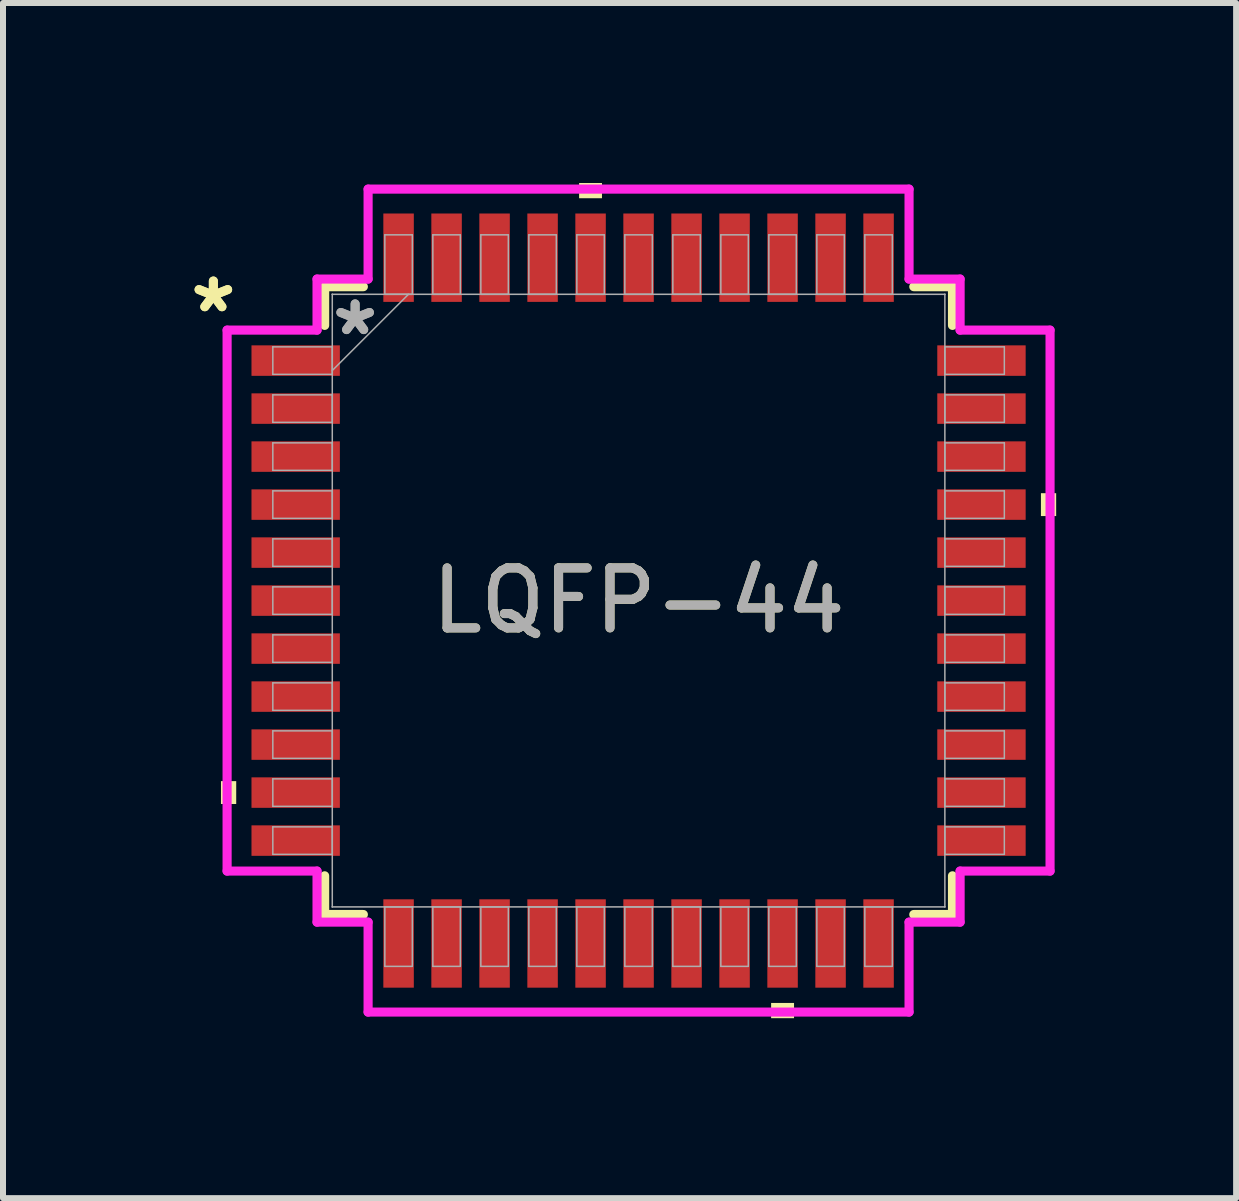
<source format=kicad_pcb>
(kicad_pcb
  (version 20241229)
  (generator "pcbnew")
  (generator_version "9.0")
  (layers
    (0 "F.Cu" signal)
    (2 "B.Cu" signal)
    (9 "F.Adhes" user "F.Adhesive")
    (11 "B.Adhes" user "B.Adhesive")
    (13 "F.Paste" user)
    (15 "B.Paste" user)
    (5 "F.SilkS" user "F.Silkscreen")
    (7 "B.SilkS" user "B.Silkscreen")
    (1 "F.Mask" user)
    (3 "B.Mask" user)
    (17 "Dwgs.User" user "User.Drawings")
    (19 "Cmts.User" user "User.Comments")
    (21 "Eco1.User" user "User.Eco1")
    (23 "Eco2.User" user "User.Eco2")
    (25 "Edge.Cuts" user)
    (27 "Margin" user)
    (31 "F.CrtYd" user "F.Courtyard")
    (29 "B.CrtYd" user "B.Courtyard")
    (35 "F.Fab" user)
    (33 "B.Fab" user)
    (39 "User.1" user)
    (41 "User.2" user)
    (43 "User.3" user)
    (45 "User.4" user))
  (footprint "LQFP-44"
    (layer "F.Cu")
    (at 7.593 6.96)
    (property "Reference" "LQFP-44" (at 0 0 0) (unlocked yes) (layer "F.SilkS") (effects (font (size 1 1) (thickness 0.15))))
    (attr smd)
    (fp_line (start -5.232 -5.232) (end -5.232 -4.587) (stroke (width 0.152) (type solid)) (layer "F.SilkS"))
    (fp_line (start -5.232 4.587) (end -5.232 5.232) (stroke (width 0.152) (type solid)) (layer "F.SilkS"))
    (fp_line (start -5.232 5.232) (end -4.587 5.232) (stroke (width 0.152) (type solid)) (layer "F.SilkS"))
    (fp_line (start -4.587 -5.232) (end -5.232 -5.232) (stroke (width 0.152) (type solid)) (layer "F.SilkS"))
    (fp_line (start 4.587 5.232) (end 5.232 5.232) (stroke (width 0.152) (type solid)) (layer "F.SilkS"))
    (fp_line (start 5.232 -5.232) (end 4.587 -5.232) (stroke (width 0.152) (type solid)) (layer "F.SilkS"))
    (fp_line (start 5.232 -4.587) (end 5.232 -5.232) (stroke (width 0.152) (type solid)) (layer "F.SilkS"))
    (fp_line (start 5.232 5.232) (end 5.232 4.587) (stroke (width 0.152) (type solid)) (layer "F.SilkS"))
    (fp_poly (pts (xy -6.96 3.009) (xy -6.96 3.39) (xy -6.706 3.39) (xy -6.706 3.009)) (stroke (width 0) (type solid)) (fill yes) (layer "F.SilkS"))
    (fp_poly (pts (xy -0.991 -6.706) (xy -0.991 -6.96) (xy -0.61 -6.96) (xy -0.61 -6.706)) (stroke (width 0) (type solid)) (fill yes) (layer "F.SilkS"))
    (fp_poly (pts (xy 2.209 6.706) (xy 2.209 6.96) (xy 2.591 6.96) (xy 2.591 6.706)) (stroke (width 0) (type solid)) (fill yes) (layer "F.SilkS"))
    (fp_poly (pts (xy 6.96 -1.79) (xy 6.96 -1.409) (xy 6.706 -1.409) (xy 6.706 -1.79)) (stroke (width 0) (type solid)) (fill yes) (layer "F.SilkS"))
    (fp_line (start -6.858 -4.508) (end -5.359 -4.508) (stroke (width 0.152) (type solid)) (layer "F.CrtYd"))
    (fp_line (start -6.858 4.508) (end -6.858 -4.508) (stroke (width 0.152) (type solid)) (layer "F.CrtYd"))
    (fp_line (start -5.359 -5.359) (end -4.508 -5.359) (stroke (width 0.152) (type solid)) (layer "F.CrtYd"))
    (fp_line (start -5.359 -4.508) (end -5.359 -5.359) (stroke (width 0.152) (type solid)) (layer "F.CrtYd"))
    (fp_line (start -5.359 4.508) (end -6.858 4.508) (stroke (width 0.152) (type solid)) (layer "F.CrtYd"))
    (fp_line (start -5.359 5.359) (end -5.359 4.508) (stroke (width 0.152) (type solid)) (layer "F.CrtYd"))
    (fp_line (start -4.508 -6.858) (end 4.508 -6.858) (stroke (width 0.152) (type solid)) (layer "F.CrtYd"))
    (fp_line (start -4.508 -5.359) (end -4.508 -6.858) (stroke (width 0.152) (type solid)) (layer "F.CrtYd"))
    (fp_line (start -4.508 5.359) (end -5.359 5.359) (stroke (width 0.152) (type solid)) (layer "F.CrtYd"))
    (fp_line (start -4.508 6.858) (end -4.508 5.359) (stroke (width 0.152) (type solid)) (layer "F.CrtYd"))
    (fp_line (start 4.508 -6.858) (end 4.508 -5.359) (stroke (width 0.152) (type solid)) (layer "F.CrtYd"))
    (fp_line (start 4.508 -5.359) (end 5.359 -5.359) (stroke (width 0.152) (type solid)) (layer "F.CrtYd"))
    (fp_line (start 4.508 5.359) (end 4.508 6.858) (stroke (width 0.152) (type solid)) (layer "F.CrtYd"))
    (fp_line (start 4.508 6.858) (end -4.508 6.858) (stroke (width 0.152) (type solid)) (layer "F.CrtYd"))
    (fp_line (start 5.359 -4.508) (end 5.359 -5.359) (stroke (width 0.152) (type solid)) (layer "F.CrtYd"))
    (fp_line (start 5.359 4.508) (end 6.858 4.508) (stroke (width 0.152) (type solid)) (layer "F.CrtYd"))
    (fp_line (start 5.359 5.359) (end 4.508 5.359) (stroke (width 0.152) (type solid)) (layer "F.CrtYd"))
    (fp_line (start 5.359 5.359) (end 5.359 4.508) (stroke (width 0.152) (type solid)) (layer "F.CrtYd"))
    (fp_line (start 6.858 -4.508) (end 5.359 -4.508) (stroke (width 0.152) (type solid)) (layer "F.CrtYd"))
    (fp_line (start 6.858 4.508) (end 6.858 -4.508) (stroke (width 0.152) (type solid)) (layer "F.CrtYd"))
    (fp_line (start -6.096 -4.229) (end -6.096 -3.771) (stroke (width 0.025) (type solid)) (layer "F.Fab"))
    (fp_line (start -6.096 -3.771) (end -5.105 -3.771) (stroke (width 0.025) (type solid)) (layer "F.Fab"))
    (fp_line (start -6.096 -3.429) (end -6.096 -2.971) (stroke (width 0.025) (type solid)) (layer "F.Fab"))
    (fp_line (start -6.096 -2.971) (end -5.105 -2.971) (stroke (width 0.025) (type solid)) (layer "F.Fab"))
    (fp_line (start -6.096 -2.629) (end -6.096 -2.171) (stroke (width 0.025) (type solid)) (layer "F.Fab"))
    (fp_line (start -6.096 -2.171) (end -5.105 -2.171) (stroke (width 0.025) (type solid)) (layer "F.Fab"))
    (fp_line (start -6.096 -1.829) (end -6.096 -1.371) (stroke (width 0.025) (type solid)) (layer "F.Fab"))
    (fp_line (start -6.096 -1.371) (end -5.105 -1.371) (stroke (width 0.025) (type solid)) (layer "F.Fab"))
    (fp_line (start -6.096 -1.029) (end -6.096 -0.571) (stroke (width 0.025) (type solid)) (layer "F.Fab"))
    (fp_line (start -6.096 -0.571) (end -5.105 -0.571) (stroke (width 0.025) (type solid)) (layer "F.Fab"))
    (fp_line (start -6.096 -0.229) (end -6.096 0.229) (stroke (width 0.025) (type solid)) (layer "F.Fab"))
    (fp_line (start -6.096 0.229) (end -5.105 0.229) (stroke (width 0.025) (type solid)) (layer "F.Fab"))
    (fp_line (start -6.096 0.571) (end -6.096 1.029) (stroke (width 0.025) (type solid)) (layer "F.Fab"))
    (fp_line (start -6.096 1.029) (end -5.105 1.029) (stroke (width 0.025) (type solid)) (layer "F.Fab"))
    (fp_line (start -6.096 1.371) (end -6.096 1.829) (stroke (width 0.025) (type solid)) (layer "F.Fab"))
    (fp_line (start -6.096 1.829) (end -5.105 1.829) (stroke (width 0.025) (type solid)) (layer "F.Fab"))
    (fp_line (start -6.096 2.171) (end -6.096 2.629) (stroke (width 0.025) (type solid)) (layer "F.Fab"))
    (fp_line (start -6.096 2.629) (end -5.105 2.629) (stroke (width 0.025) (type solid)) (layer "F.Fab"))
    (fp_line (start -6.096 2.971) (end -6.096 3.429) (stroke (width 0.025) (type solid)) (layer "F.Fab"))
    (fp_line (start -6.096 3.429) (end -5.105 3.429) (stroke (width 0.025) (type solid)) (layer "F.Fab"))
    (fp_line (start -6.096 3.771) (end -6.096 4.229) (stroke (width 0.025) (type solid)) (layer "F.Fab"))
    (fp_line (start -6.096 4.229) (end -5.105 4.229) (stroke (width 0.025) (type solid)) (layer "F.Fab"))
    (fp_line (start -5.105 -5.105) (end -5.105 -5.105) (stroke (width 0.025) (type solid)) (layer "F.Fab"))
    (fp_line (start -5.105 -5.105) (end -5.105 5.105) (stroke (width 0.025) (type solid)) (layer "F.Fab"))
    (fp_line (start -5.105 -4.229) (end -6.096 -4.229) (stroke (width 0.025) (type solid)) (layer "F.Fab"))
    (fp_line (start -5.105 -3.835) (end -3.835 -5.105) (stroke (width 0.025) (type solid)) (layer "F.Fab"))
    (fp_line (start -5.105 -3.771) (end -5.105 -4.229) (stroke (width 0.025) (type solid)) (layer "F.Fab"))
    (fp_line (start -5.105 -3.429) (end -6.096 -3.429) (stroke (width 0.025) (type solid)) (layer "F.Fab"))
    (fp_line (start -5.105 -2.971) (end -5.105 -3.429) (stroke (width 0.025) (type solid)) (layer "F.Fab"))
    (fp_line (start -5.105 -2.629) (end -6.096 -2.629) (stroke (width 0.025) (type solid)) (layer "F.Fab"))
    (fp_line (start -5.105 -2.171) (end -5.105 -2.629) (stroke (width 0.025) (type solid)) (layer "F.Fab"))
    (fp_line (start -5.105 -1.829) (end -6.096 -1.829) (stroke (width 0.025) (type solid)) (layer "F.Fab"))
    (fp_line (start -5.105 -1.371) (end -5.105 -1.829) (stroke (width 0.025) (type solid)) (layer "F.Fab"))
    (fp_line (start -5.105 -1.029) (end -6.096 -1.029) (stroke (width 0.025) (type solid)) (layer "F.Fab"))
    (fp_line (start -5.105 -0.571) (end -5.105 -1.029) (stroke (width 0.025) (type solid)) (layer "F.Fab"))
    (fp_line (start -5.105 -0.229) (end -6.096 -0.229) (stroke (width 0.025) (type solid)) (layer "F.Fab"))
    (fp_line (start -5.105 0.229) (end -5.105 -0.229) (stroke (width 0.025) (type solid)) (layer "F.Fab"))
    (fp_line (start -5.105 0.571) (end -6.096 0.571) (stroke (width 0.025) (type solid)) (layer "F.Fab"))
    (fp_line (start -5.105 1.029) (end -5.105 0.571) (stroke (width 0.025) (type solid)) (layer "F.Fab"))
    (fp_line (start -5.105 1.371) (end -6.096 1.371) (stroke (width 0.025) (type solid)) (layer "F.Fab"))
    (fp_line (start -5.105 1.829) (end -5.105 1.371) (stroke (width 0.025) (type solid)) (layer "F.Fab"))
    (fp_line (start -5.105 2.171) (end -6.096 2.171) (stroke (width 0.025) (type solid)) (layer "F.Fab"))
    (fp_line (start -5.105 2.629) (end -5.105 2.171) (stroke (width 0.025) (type solid)) (layer "F.Fab"))
    (fp_line (start -5.105 2.971) (end -6.096 2.971) (stroke (width 0.025) (type solid)) (layer "F.Fab"))
    (fp_line (start -5.105 3.429) (end -5.105 2.971) (stroke (width 0.025) (type solid)) (layer "F.Fab"))
    (fp_line (start -5.105 3.771) (end -6.096 3.771) (stroke (width 0.025) (type solid)) (layer "F.Fab"))
    (fp_line (start -5.105 4.229) (end -5.105 3.771) (stroke (width 0.025) (type solid)) (layer "F.Fab"))
    (fp_line (start -5.105 5.105) (end -5.105 5.105) (stroke (width 0.025) (type solid)) (layer "F.Fab"))
    (fp_line (start -5.105 5.105) (end 5.105 5.105) (stroke (width 0.025) (type solid)) (layer "F.Fab"))
    (fp_line (start -4.229 5.105) (end -4.229 6.096) (stroke (width 0.025) (type solid)) (layer "F.Fab"))
    (fp_line (start -4.229 6.096) (end -3.771 6.096) (stroke (width 0.025) (type solid)) (layer "F.Fab"))
    (fp_line (start -4.229 -6.096) (end -4.229 -5.105) (stroke (width 0.025) (type solid)) (layer "F.Fab"))
    (fp_line (start -4.229 -5.105) (end -3.771 -5.105) (stroke (width 0.025) (type solid)) (layer "F.Fab"))
    (fp_line (start -3.771 5.105) (end -4.229 5.105) (stroke (width 0.025) (type solid)) (layer "F.Fab"))
    (fp_line (start -3.771 6.096) (end -3.771 5.105) (stroke (width 0.025) (type solid)) (layer "F.Fab"))
    (fp_line (start -3.771 -6.096) (end -4.229 -6.096) (stroke (width 0.025) (type solid)) (layer "F.Fab"))
    (fp_line (start -3.771 -5.105) (end -3.771 -6.096) (stroke (width 0.025) (type solid)) (layer "F.Fab"))
    (fp_line (start -3.429 -6.096) (end -3.429 -5.105) (stroke (width 0.025) (type solid)) (layer "F.Fab"))
    (fp_line (start -3.429 -5.105) (end -2.971 -5.105) (stroke (width 0.025) (type solid)) (layer "F.Fab"))
    (fp_line (start -3.429 5.105) (end -3.429 6.096) (stroke (width 0.025) (type solid)) (layer "F.Fab"))
    (fp_line (start -3.429 6.096) (end -2.971 6.096) (stroke (width 0.025) (type solid)) (layer "F.Fab"))
    (fp_line (start -2.971 -6.096) (end -3.429 -6.096) (stroke (width 0.025) (type solid)) (layer "F.Fab"))
    (fp_line (start -2.971 -5.105) (end -2.971 -6.096) (stroke (width 0.025) (type solid)) (layer "F.Fab"))
    (fp_line (start -2.971 5.105) (end -3.429 5.105) (stroke (width 0.025) (type solid)) (layer "F.Fab"))
    (fp_line (start -2.971 6.096) (end -2.971 5.105) (stroke (width 0.025) (type solid)) (layer "F.Fab"))
    (fp_line (start -2.629 -6.096) (end -2.629 -5.105) (stroke (width 0.025) (type solid)) (layer "F.Fab"))
    (fp_line (start -2.629 -5.105) (end -2.171 -5.105) (stroke (width 0.025) (type solid)) (layer "F.Fab"))
    (fp_line (start -2.629 5.105) (end -2.629 6.096) (stroke (width 0.025) (type solid)) (layer "F.Fab"))
    (fp_line (start -2.629 6.096) (end -2.171 6.096) (stroke (width 0.025) (type solid)) (layer "F.Fab"))
    (fp_line (start -2.171 -6.096) (end -2.629 -6.096) (stroke (width 0.025) (type solid)) (layer "F.Fab"))
    (fp_line (start -2.171 -5.105) (end -2.171 -6.096) (stroke (width 0.025) (type solid)) (layer "F.Fab"))
    (fp_line (start -2.171 5.105) (end -2.629 5.105) (stroke (width 0.025) (type solid)) (layer "F.Fab"))
    (fp_line (start -2.171 6.096) (end -2.171 5.105) (stroke (width 0.025) (type solid)) (layer "F.Fab"))
    (fp_line (start -1.829 -6.096) (end -1.829 -5.105) (stroke (width 0.025) (type solid)) (layer "F.Fab"))
    (fp_line (start -1.829 -5.105) (end -1.371 -5.105) (stroke (width 0.025) (type solid)) (layer "F.Fab"))
    (fp_line (start -1.829 5.105) (end -1.829 6.096) (stroke (width 0.025) (type solid)) (layer "F.Fab"))
    (fp_line (start -1.829 6.096) (end -1.371 6.096) (stroke (width 0.025) (type solid)) (layer "F.Fab"))
    (fp_line (start -1.371 -6.096) (end -1.829 -6.096) (stroke (width 0.025) (type solid)) (layer "F.Fab"))
    (fp_line (start -1.371 -5.105) (end -1.371 -6.096) (stroke (width 0.025) (type solid)) (layer "F.Fab"))
    (fp_line (start -1.371 5.105) (end -1.829 5.105) (stroke (width 0.025) (type solid)) (layer "F.Fab"))
    (fp_line (start -1.371 6.096) (end -1.371 5.105) (stroke (width 0.025) (type solid)) (layer "F.Fab"))
    (fp_line (start -1.029 -6.096) (end -1.029 -5.105) (stroke (width 0.025) (type solid)) (layer "F.Fab"))
    (fp_line (start -1.029 -5.105) (end -0.571 -5.105) (stroke (width 0.025) (type solid)) (layer "F.Fab"))
    (fp_line (start -1.029 5.105) (end -1.029 6.096) (stroke (width 0.025) (type solid)) (layer "F.Fab"))
    (fp_line (start -1.029 6.096) (end -0.571 6.096) (stroke (width 0.025) (type solid)) (layer "F.Fab"))
    (fp_line (start -0.571 -6.096) (end -1.029 -6.096) (stroke (width 0.025) (type solid)) (layer "F.Fab"))
    (fp_line (start -0.571 -5.105) (end -0.571 -6.096) (stroke (width 0.025) (type solid)) (layer "F.Fab"))
    (fp_line (start -0.571 5.105) (end -1.029 5.105) (stroke (width 0.025) (type solid)) (layer "F.Fab"))
    (fp_line (start -0.571 6.096) (end -0.571 5.105) (stroke (width 0.025) (type solid)) (layer "F.Fab"))
    (fp_line (start -0.229 -6.096) (end -0.229 -5.105) (stroke (width 0.025) (type solid)) (layer "F.Fab"))
    (fp_line (start -0.229 -5.105) (end 0.229 -5.105) (stroke (width 0.025) (type solid)) (layer "F.Fab"))
    (fp_line (start -0.229 5.105) (end -0.229 6.096) (stroke (width 0.025) (type solid)) (layer "F.Fab"))
    (fp_line (start -0.229 6.096) (end 0.229 6.096) (stroke (width 0.025) (type solid)) (layer "F.Fab"))
    (fp_line (start 0.229 -6.096) (end -0.229 -6.096) (stroke (width 0.025) (type solid)) (layer "F.Fab"))
    (fp_line (start 0.229 -5.105) (end 0.229 -6.096) (stroke (width 0.025) (type solid)) (layer "F.Fab"))
    (fp_line (start 0.229 5.105) (end -0.229 5.105) (stroke (width 0.025) (type solid)) (layer "F.Fab"))
    (fp_line (start 0.229 6.096) (end 0.229 5.105) (stroke (width 0.025) (type solid)) (layer "F.Fab"))
    (fp_line (start 0.571 -6.096) (end 0.571 -5.105) (stroke (width 0.025) (type solid)) (layer "F.Fab"))
    (fp_line (start 0.571 -5.105) (end 1.029 -5.105) (stroke (width 0.025) (type solid)) (layer "F.Fab"))
    (fp_line (start 0.571 5.105) (end 0.571 6.096) (stroke (width 0.025) (type solid)) (layer "F.Fab"))
    (fp_line (start 0.571 6.096) (end 1.029 6.096) (stroke (width 0.025) (type solid)) (layer "F.Fab"))
    (fp_line (start 1.029 -6.096) (end 0.571 -6.096) (stroke (width 0.025) (type solid)) (layer "F.Fab"))
    (fp_line (start 1.029 -5.105) (end 1.029 -6.096) (stroke (width 0.025) (type solid)) (layer "F.Fab"))
    (fp_line (start 1.029 5.105) (end 0.571 5.105) (stroke (width 0.025) (type solid)) (layer "F.Fab"))
    (fp_line (start 1.029 6.096) (end 1.029 5.105) (stroke (width 0.025) (type solid)) (layer "F.Fab"))
    (fp_line (start 1.371 -6.096) (end 1.371 -5.105) (stroke (width 0.025) (type solid)) (layer "F.Fab"))
    (fp_line (start 1.371 -5.105) (end 1.829 -5.105) (stroke (width 0.025) (type solid)) (layer "F.Fab"))
    (fp_line (start 1.371 5.105) (end 1.371 6.096) (stroke (width 0.025) (type solid)) (layer "F.Fab"))
    (fp_line (start 1.371 6.096) (end 1.829 6.096) (stroke (width 0.025) (type solid)) (layer "F.Fab"))
    (fp_line (start 1.829 -6.096) (end 1.371 -6.096) (stroke (width 0.025) (type solid)) (layer "F.Fab"))
    (fp_line (start 1.829 -5.105) (end 1.829 -6.096) (stroke (width 0.025) (type solid)) (layer "F.Fab"))
    (fp_line (start 1.829 5.105) (end 1.371 5.105) (stroke (width 0.025) (type solid)) (layer "F.Fab"))
    (fp_line (start 1.829 6.096) (end 1.829 5.105) (stroke (width 0.025) (type solid)) (layer "F.Fab"))
    (fp_line (start 2.171 -6.096) (end 2.171 -5.105) (stroke (width 0.025) (type solid)) (layer "F.Fab"))
    (fp_line (start 2.171 -5.105) (end 2.629 -5.105) (stroke (width 0.025) (type solid)) (layer "F.Fab"))
    (fp_line (start 2.171 5.105) (end 2.171 6.096) (stroke (width 0.025) (type solid)) (layer "F.Fab"))
    (fp_line (start 2.171 6.096) (end 2.629 6.096) (stroke (width 0.025) (type solid)) (layer "F.Fab"))
    (fp_line (start 2.629 -6.096) (end 2.171 -6.096) (stroke (width 0.025) (type solid)) (layer "F.Fab"))
    (fp_line (start 2.629 -5.105) (end 2.629 -6.096) (stroke (width 0.025) (type solid)) (layer "F.Fab"))
    (fp_line (start 2.629 5.105) (end 2.171 5.105) (stroke (width 0.025) (type solid)) (layer "F.Fab"))
    (fp_line (start 2.629 6.096) (end 2.629 5.105) (stroke (width 0.025) (type solid)) (layer "F.Fab"))
    (fp_line (start 2.971 -6.096) (end 2.971 -5.105) (stroke (width 0.025) (type solid)) (layer "F.Fab"))
    (fp_line (start 2.971 -5.105) (end 3.429 -5.105) (stroke (width 0.025) (type solid)) (layer "F.Fab"))
    (fp_line (start 2.971 5.105) (end 2.971 6.096) (stroke (width 0.025) (type solid)) (layer "F.Fab"))
    (fp_line (start 2.971 6.096) (end 3.429 6.096) (stroke (width 0.025) (type solid)) (layer "F.Fab"))
    (fp_line (start 3.429 -6.096) (end 2.971 -6.096) (stroke (width 0.025) (type solid)) (layer "F.Fab"))
    (fp_line (start 3.429 -5.105) (end 3.429 -6.096) (stroke (width 0.025) (type solid)) (layer "F.Fab"))
    (fp_line (start 3.429 5.105) (end 2.971 5.105) (stroke (width 0.025) (type solid)) (layer "F.Fab"))
    (fp_line (start 3.429 6.096) (end 3.429 5.105) (stroke (width 0.025) (type solid)) (layer "F.Fab"))
    (fp_line (start 3.771 5.105) (end 3.771 6.096) (stroke (width 0.025) (type solid)) (layer "F.Fab"))
    (fp_line (start 3.771 6.096) (end 4.229 6.096) (stroke (width 0.025) (type solid)) (layer "F.Fab"))
    (fp_line (start 3.771 -6.096) (end 3.771 -5.105) (stroke (width 0.025) (type solid)) (layer "F.Fab"))
    (fp_line (start 3.771 -5.105) (end 4.229 -5.105) (stroke (width 0.025) (type solid)) (layer "F.Fab"))
    (fp_line (start 4.229 5.105) (end 3.771 5.105) (stroke (width 0.025) (type solid)) (layer "F.Fab"))
    (fp_line (start 4.229 6.096) (end 4.229 5.105) (stroke (width 0.025) (type solid)) (layer "F.Fab"))
    (fp_line (start 4.229 -6.096) (end 3.771 -6.096) (stroke (width 0.025) (type solid)) (layer "F.Fab"))
    (fp_line (start 4.229 -5.105) (end 4.229 -6.096) (stroke (width 0.025) (type solid)) (layer "F.Fab"))
    (fp_line (start 5.105 -5.105) (end -5.105 -5.105) (stroke (width 0.025) (type solid)) (layer "F.Fab"))
    (fp_line (start 5.105 -5.105) (end 5.105 -5.105) (stroke (width 0.025) (type solid)) (layer "F.Fab"))
    (fp_line (start 5.105 -4.229) (end 5.105 -3.771) (stroke (width 0.025) (type solid)) (layer "F.Fab"))
    (fp_line (start 5.105 -3.771) (end 6.096 -3.771) (stroke (width 0.025) (type solid)) (layer "F.Fab"))
    (fp_line (start 5.105 -3.429) (end 5.105 -2.971) (stroke (width 0.025) (type solid)) (layer "F.Fab"))
    (fp_line (start 5.105 -2.971) (end 6.096 -2.971) (stroke (width 0.025) (type solid)) (layer "F.Fab"))
    (fp_line (start 5.105 -2.629) (end 5.105 -2.171) (stroke (width 0.025) (type solid)) (layer "F.Fab"))
    (fp_line (start 5.105 -2.171) (end 6.096 -2.171) (stroke (width 0.025) (type solid)) (layer "F.Fab"))
    (fp_line (start 5.105 -1.829) (end 5.105 -1.371) (stroke (width 0.025) (type solid)) (layer "F.Fab"))
    (fp_line (start 5.105 -1.371) (end 6.096 -1.371) (stroke (width 0.025) (type solid)) (layer "F.Fab"))
    (fp_line (start 5.105 -1.029) (end 5.105 -0.571) (stroke (width 0.025) (type solid)) (layer "F.Fab"))
    (fp_line (start 5.105 -0.571) (end 6.096 -0.571) (stroke (width 0.025) (type solid)) (layer "F.Fab"))
    (fp_line (start 5.105 -0.229) (end 5.105 0.229) (stroke (width 0.025) (type solid)) (layer "F.Fab"))
    (fp_line (start 5.105 0.229) (end 6.096 0.229) (stroke (width 0.025) (type solid)) (layer "F.Fab"))
    (fp_line (start 5.105 0.571) (end 5.105 1.029) (stroke (width 0.025) (type solid)) (layer "F.Fab"))
    (fp_line (start 5.105 1.029) (end 6.096 1.029) (stroke (width 0.025) (type solid)) (layer "F.Fab"))
    (fp_line (start 5.105 1.371) (end 5.105 1.829) (stroke (width 0.025) (type solid)) (layer "F.Fab"))
    (fp_line (start 5.105 1.829) (end 6.096 1.829) (stroke (width 0.025) (type solid)) (layer "F.Fab"))
    (fp_line (start 5.105 2.171) (end 5.105 2.629) (stroke (width 0.025) (type solid)) (layer "F.Fab"))
    (fp_line (start 5.105 2.629) (end 6.096 2.629) (stroke (width 0.025) (type solid)) (layer "F.Fab"))
    (fp_line (start 5.105 2.971) (end 5.105 3.429) (stroke (width 0.025) (type solid)) (layer "F.Fab"))
    (fp_line (start 5.105 3.429) (end 6.096 3.429) (stroke (width 0.025) (type solid)) (layer "F.Fab"))
    (fp_line (start 5.105 3.771) (end 5.105 4.229) (stroke (width 0.025) (type solid)) (layer "F.Fab"))
    (fp_line (start 5.105 4.229) (end 6.096 4.229) (stroke (width 0.025) (type solid)) (layer "F.Fab"))
    (fp_line (start 5.105 5.105) (end 5.105 -5.105) (stroke (width 0.025) (type solid)) (layer "F.Fab"))
    (fp_line (start 5.105 5.105) (end 5.105 5.105) (stroke (width 0.025) (type solid)) (layer "F.Fab"))
    (fp_line (start 6.096 -4.229) (end 5.105 -4.229) (stroke (width 0.025) (type solid)) (layer "F.Fab"))
    (fp_line (start 6.096 -3.771) (end 6.096 -4.229) (stroke (width 0.025) (type solid)) (layer "F.Fab"))
    (fp_line (start 6.096 -3.429) (end 5.105 -3.429) (stroke (width 0.025) (type solid)) (layer "F.Fab"))
    (fp_line (start 6.096 -2.971) (end 6.096 -3.429) (stroke (width 0.025) (type solid)) (layer "F.Fab"))
    (fp_line (start 6.096 -2.629) (end 5.105 -2.629) (stroke (width 0.025) (type solid)) (layer "F.Fab"))
    (fp_line (start 6.096 -2.171) (end 6.096 -2.629) (stroke (width 0.025) (type solid)) (layer "F.Fab"))
    (fp_line (start 6.096 -1.829) (end 5.105 -1.829) (stroke (width 0.025) (type solid)) (layer "F.Fab"))
    (fp_line (start 6.096 -1.371) (end 6.096 -1.829) (stroke (width 0.025) (type solid)) (layer "F.Fab"))
    (fp_line (start 6.096 -1.029) (end 5.105 -1.029) (stroke (width 0.025) (type solid)) (layer "F.Fab"))
    (fp_line (start 6.096 -0.571) (end 6.096 -1.029) (stroke (width 0.025) (type solid)) (layer "F.Fab"))
    (fp_line (start 6.096 -0.229) (end 5.105 -0.229) (stroke (width 0.025) (type solid)) (layer "F.Fab"))
    (fp_line (start 6.096 0.229) (end 6.096 -0.229) (stroke (width 0.025) (type solid)) (layer "F.Fab"))
    (fp_line (start 6.096 0.571) (end 5.105 0.571) (stroke (width 0.025) (type solid)) (layer "F.Fab"))
    (fp_line (start 6.096 1.029) (end 6.096 0.571) (stroke (width 0.025) (type solid)) (layer "F.Fab"))
    (fp_line (start 6.096 1.371) (end 5.105 1.371) (stroke (width 0.025) (type solid)) (layer "F.Fab"))
    (fp_line (start 6.096 1.829) (end 6.096 1.371) (stroke (width 0.025) (type solid)) (layer "F.Fab"))
    (fp_line (start 6.096 2.171) (end 5.105 2.171) (stroke (width 0.025) (type solid)) (layer "F.Fab"))
    (fp_line (start 6.096 2.629) (end 6.096 2.171) (stroke (width 0.025) (type solid)) (layer "F.Fab"))
    (fp_line (start 6.096 2.971) (end 5.105 2.971) (stroke (width 0.025) (type solid)) (layer "F.Fab"))
    (fp_line (start 6.096 3.429) (end 6.096 2.971) (stroke (width 0.025) (type solid)) (layer "F.Fab"))
    (fp_line (start 6.096 3.771) (end 5.105 3.771) (stroke (width 0.025) (type solid)) (layer "F.Fab"))
    (fp_line (start 6.096 4.229) (end 6.096 3.771) (stroke (width 0.025) (type solid)) (layer "F.Fab"))
    (fp_text user "*" (at -7.087 -4.781 0) (layer "F.SilkS") (effects (font (size 1 1) (thickness 0.15))))
    (fp_text user "*" (at -7.087 -4.781 0) (unlocked yes) (layer "F.SilkS") (effects (font (size 1 1) (thickness 0.15))))
    (fp_text user "${REFERENCE}" (at 0 0 0) (unlocked yes) (layer "F.Fab") (effects (font (size 1 1) (thickness 0.15))))
    (fp_text user "*" (at -4.724 -4.4 0) (unlocked yes) (layer "F.Fab") (effects (font (size 1 1) (thickness 0.15))))
    (fp_text user "*" (at -4.724 -4.4 0) (layer "F.Fab") (effects (font (size 1 1) (thickness 0.15))))
    (pad "1" smd rect (at -5.715 -4 90) (size 0.508 1.473) (layers "F.Cu" "F.Mask" "F.Paste"))
    (pad "2" smd rect (at -5.715 -3.2 90) (size 0.508 1.473) (layers "F.Cu" "F.Mask" "F.Paste"))
    (pad "3" smd rect (at -5.715 -2.4 90) (size 0.508 1.473) (layers "F.Cu" "F.Mask" "F.Paste"))
    (pad "4" smd rect (at -5.715 -1.6 90) (size 0.508 1.473) (layers "F.Cu" "F.Mask" "F.Paste"))
    (pad "5" smd rect (at -5.715 -0.8 90) (size 0.508 1.473) (layers "F.Cu" "F.Mask" "F.Paste"))
    (pad "6" smd rect (at -5.715 0 90) (size 0.508 1.473) (layers "F.Cu" "F.Mask" "F.Paste"))
    (pad "7" smd rect (at -5.715 0.8 90) (size 0.508 1.473) (layers "F.Cu" "F.Mask" "F.Paste"))
    (pad "8" smd rect (at -5.715 1.6 90) (size 0.508 1.473) (layers "F.Cu" "F.Mask" "F.Paste"))
    (pad "9" smd rect (at -5.715 2.4 90) (size 0.508 1.473) (layers "F.Cu" "F.Mask" "F.Paste"))
    (pad "10" smd rect (at -5.715 3.2 90) (size 0.508 1.473) (layers "F.Cu" "F.Mask" "F.Paste"))
    (pad "11" smd rect (at -5.715 4 90) (size 0.508 1.473) (layers "F.Cu" "F.Mask" "F.Paste"))
    (pad "12" smd rect (at -4 5.715) (size 0.508 1.473) (layers "F.Cu" "F.Mask" "F.Paste"))
    (pad "13" smd rect (at -3.2 5.715) (size 0.508 1.473) (layers "F.Cu" "F.Mask" "F.Paste"))
    (pad "14" smd rect (at -2.4 5.715) (size 0.508 1.473) (layers "F.Cu" "F.Mask" "F.Paste"))
    (pad "15" smd rect (at -1.6 5.715) (size 0.508 1.473) (layers "F.Cu" "F.Mask" "F.Paste"))
    (pad "16" smd rect (at -0.8 5.715) (size 0.508 1.473) (layers "F.Cu" "F.Mask" "F.Paste"))
    (pad "17" smd rect (at 0 5.715) (size 0.508 1.473) (layers "F.Cu" "F.Mask" "F.Paste"))
    (pad "18" smd rect (at 0.8 5.715) (size 0.508 1.473) (layers "F.Cu" "F.Mask" "F.Paste"))
    (pad "19" smd rect (at 1.6 5.715) (size 0.508 1.473) (layers "F.Cu" "F.Mask" "F.Paste"))
    (pad "20" smd rect (at 2.4 5.715) (size 0.508 1.473) (layers "F.Cu" "F.Mask" "F.Paste"))
    (pad "21" smd rect (at 3.2 5.715) (size 0.508 1.473) (layers "F.Cu" "F.Mask" "F.Paste"))
    (pad "22" smd rect (at 4 5.715) (size 0.508 1.473) (layers "F.Cu" "F.Mask" "F.Paste"))
    (pad "23" smd rect (at 5.715 4 90) (size 0.508 1.473) (layers "F.Cu" "F.Mask" "F.Paste"))
    (pad "24" smd rect (at 5.715 3.2 90) (size 0.508 1.473) (layers "F.Cu" "F.Mask" "F.Paste"))
    (pad "25" smd rect (at 5.715 2.4 90) (size 0.508 1.473) (layers "F.Cu" "F.Mask" "F.Paste"))
    (pad "26" smd rect (at 5.715 1.6 90) (size 0.508 1.473) (layers "F.Cu" "F.Mask" "F.Paste"))
    (pad "27" smd rect (at 5.715 0.8 90) (size 0.508 1.473) (layers "F.Cu" "F.Mask" "F.Paste"))
    (pad "28" smd rect (at 5.715 0 90) (size 0.508 1.473) (layers "F.Cu" "F.Mask" "F.Paste"))
    (pad "29" smd rect (at 5.715 -0.8 90) (size 0.508 1.473) (layers "F.Cu" "F.Mask" "F.Paste"))
    (pad "30" smd rect (at 5.715 -1.6 90) (size 0.508 1.473) (layers "F.Cu" "F.Mask" "F.Paste"))
    (pad "31" smd rect (at 5.715 -2.4 90) (size 0.508 1.473) (layers "F.Cu" "F.Mask" "F.Paste"))
    (pad "32" smd rect (at 5.715 -3.2 90) (size 0.508 1.473) (layers "F.Cu" "F.Mask" "F.Paste"))
    (pad "33" smd rect (at 5.715 -4 90) (size 0.508 1.473) (layers "F.Cu" "F.Mask" "F.Paste"))
    (pad "34" smd rect (at 4 -5.715) (size 0.508 1.473) (layers "F.Cu" "F.Mask" "F.Paste"))
    (pad "35" smd rect (at 3.2 -5.715) (size 0.508 1.473) (layers "F.Cu" "F.Mask" "F.Paste"))
    (pad "36" smd rect (at 2.4 -5.715) (size 0.508 1.473) (layers "F.Cu" "F.Mask" "F.Paste"))
    (pad "37" smd rect (at 1.6 -5.715) (size 0.508 1.473) (layers "F.Cu" "F.Mask" "F.Paste"))
    (pad "38" smd rect (at 0.8 -5.715) (size 0.508 1.473) (layers "F.Cu" "F.Mask" "F.Paste"))
    (pad "39" smd rect (at 0 -5.715) (size 0.508 1.473) (layers "F.Cu" "F.Mask" "F.Paste"))
    (pad "40" smd rect (at -0.8 -5.715) (size 0.508 1.473) (layers "F.Cu" "F.Mask" "F.Paste"))
    (pad "41" smd rect (at -1.6 -5.715) (size 0.508 1.473) (layers "F.Cu" "F.Mask" "F.Paste"))
    (pad "42" smd rect (at -2.4 -5.715) (size 0.508 1.473) (layers "F.Cu" "F.Mask" "F.Paste"))
    (pad "43" smd rect (at -3.2 -5.715) (size 0.508 1.473) (layers "F.Cu" "F.Mask" "F.Paste"))
    (pad "44" smd rect (at -4 -5.715) (size 0.508 1.473) (layers "F.Cu" "F.Mask" "F.Paste")))
  (gr_rect
    (start -3 -3)
    (end 17.552 16.919)
    (stroke (width 0.1) (type default))
    (fill no)
    (layer "Edge.Cuts")))
</source>
